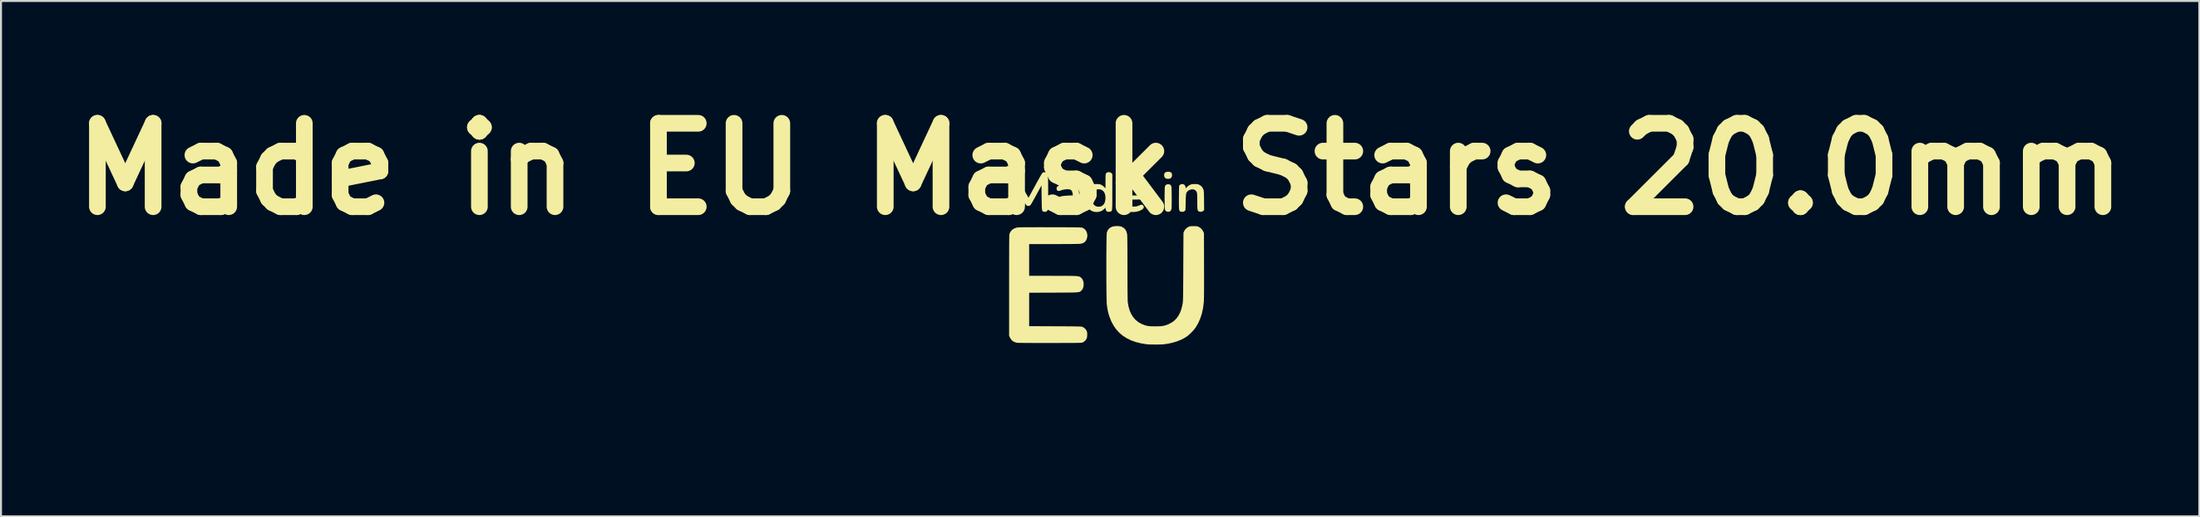
<source format=kicad_pcb>
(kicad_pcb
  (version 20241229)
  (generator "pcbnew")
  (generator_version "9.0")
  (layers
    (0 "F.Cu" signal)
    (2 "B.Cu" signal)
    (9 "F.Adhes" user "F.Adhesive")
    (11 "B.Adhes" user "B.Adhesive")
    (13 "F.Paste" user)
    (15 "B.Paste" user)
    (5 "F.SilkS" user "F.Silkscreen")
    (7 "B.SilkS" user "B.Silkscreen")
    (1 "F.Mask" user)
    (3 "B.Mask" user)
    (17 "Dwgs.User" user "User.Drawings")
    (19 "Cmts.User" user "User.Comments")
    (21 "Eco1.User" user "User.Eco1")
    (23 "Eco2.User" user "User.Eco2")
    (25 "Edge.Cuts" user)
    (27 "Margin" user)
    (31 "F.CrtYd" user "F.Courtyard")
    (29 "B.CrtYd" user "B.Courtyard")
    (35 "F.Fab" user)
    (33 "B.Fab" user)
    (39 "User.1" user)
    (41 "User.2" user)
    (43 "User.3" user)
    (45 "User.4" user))
  (footprint "Made in EU Mask Stars 20.0mm"
    (layer "F.Cu")
    (at 52.088 9.936)
    (property "Reference" "Made in EU Mask Stars 20.0mm" (at 0 -4.5 180) (layer "F.SilkS") (effects (font (size 4.188 4.188) (thickness 0.836))))
    (attr board_only exclude_from_pos_files exclude_from_bom)
    (fp_poly (pts (xy 7.351 -5.688) (xy 7.352 -5.686) (xy 7.358 -5.668) (xy 7.372 -5.624) (xy 7.393 -5.558) (xy 7.421 -5.474) (xy 7.453 -5.374) (xy 7.489 -5.263) (xy 7.528 -5.142) (xy 7.532 -5.128) (xy 7.705 -4.592) (xy 8.297 -4.585) (xy 8.889 -4.577) (xy 8.411 -4.236) (xy 8.307 -4.16) (xy 8.21 -4.09) (xy 8.123 -4.028) (xy 8.05 -3.974) (xy 7.993 -3.931) (xy 7.954 -3.902) (xy 7.936 -3.887) (xy 7.935 -3.886) (xy 7.939 -3.87) (xy 7.952 -3.83) (xy 7.972 -3.767) (xy 7.998 -3.685) (xy 8.029 -3.588) (xy 8.065 -3.477) (xy 8.104 -3.358) (xy 8.111 -3.334) (xy 8.15 -3.213) (xy 8.186 -3.101) (xy 8.218 -3.002) (xy 8.244 -2.917) (xy 8.265 -2.851) (xy 8.278 -2.807) (xy 8.283 -2.787) (xy 8.283 -2.786) (xy 8.271 -2.794) (xy 8.237 -2.817) (xy 8.184 -2.854) (xy 8.115 -2.903) (xy 8.033 -2.962) (xy 7.939 -3.03) (xy 7.838 -3.104) (xy 7.812 -3.123) (xy 7.344 -3.464) (xy 6.899 -3.138) (xy 6.775 -3.048) (xy 6.674 -2.974) (xy 6.593 -2.915) (xy 6.529 -2.869) (xy 6.481 -2.835) (xy 6.447 -2.812) (xy 6.424 -2.798) (xy 6.411 -2.792) (xy 6.405 -2.793) (xy 6.404 -2.798) (xy 6.407 -2.807) (xy 6.407 -2.808) (xy 6.455 -2.954) (xy 6.502 -3.099) (xy 6.548 -3.24) (xy 6.59 -3.375) (xy 6.63 -3.5) (xy 6.665 -3.613) (xy 6.694 -3.711) (xy 6.718 -3.791) (xy 6.735 -3.852) (xy 6.744 -3.889) (xy 6.745 -3.9) (xy 6.731 -3.91) (xy 6.695 -3.935) (xy 6.64 -3.975) (xy 6.569 -4.025) (xy 6.485 -4.086) (xy 6.39 -4.154) (xy 6.288 -4.227) (xy 6.267 -4.243) (xy 5.8 -4.577) (xy 6.39 -4.581) (xy 6.98 -4.585) (xy 7.108 -4.983) (xy 7.161 -5.146) (xy 7.205 -5.282) (xy 7.241 -5.395) (xy 7.271 -5.485) (xy 7.295 -5.556) (xy 7.313 -5.61) (xy 7.327 -5.647) (xy 7.337 -5.672) (xy 7.343 -5.686) (xy 7.348 -5.69)) (stroke (width 0) (type solid)) (fill yes) (layer "F.Mask"))
    (fp_poly (pts (xy 0.019 7.046) (xy 0.033 7.089) (xy 0.054 7.155) (xy 0.081 7.239) (xy 0.113 7.339) (xy 0.149 7.451) (xy 0.188 7.572) (xy 0.194 7.592) (xy 0.368 8.135) (xy 0.953 8.143) (xy 1.539 8.15) (xy 1.101 8.465) (xy 0.999 8.538) (xy 0.903 8.607) (xy 0.817 8.669) (xy 0.744 8.722) (xy 0.686 8.765) (xy 0.646 8.794) (xy 0.629 8.807) (xy 0.595 8.835) (xy 0.767 9.371) (xy 0.806 9.492) (xy 0.842 9.605) (xy 0.875 9.705) (xy 0.902 9.791) (xy 0.924 9.859) (xy 0.939 9.905) (xy 0.946 9.927) (xy 0.946 9.927) (xy 0.947 9.94) (xy 0.934 9.934) (xy 0.914 9.918) (xy 0.873 9.888) (xy 0.815 9.846) (xy 0.745 9.795) (xy 0.664 9.736) (xy 0.577 9.672) (xy 0.485 9.606) (xy 0.394 9.54) (xy 0.306 9.476) (xy 0.224 9.416) (xy 0.151 9.364) (xy 0.092 9.321) (xy 0.048 9.289) (xy 0.024 9.272) (xy 0.02 9.269) (xy 0.006 9.276) (xy -0.03 9.298) (xy -0.083 9.333) (xy -0.151 9.379) (xy -0.23 9.434) (xy -0.318 9.496) (xy -0.411 9.561) (xy -0.507 9.629) (xy -0.601 9.697) (xy -0.692 9.763) (xy -0.775 9.824) (xy -0.849 9.878) (xy -0.909 9.924) (xy -0.922 9.935) (xy -0.937 9.943) (xy -0.935 9.929) (xy -0.935 9.929) (xy -0.929 9.909) (xy -0.914 9.866) (xy -0.894 9.801) (xy -0.868 9.72) (xy -0.838 9.627) (xy -0.805 9.526) (xy -0.771 9.42) (xy -0.737 9.313) (xy -0.703 9.21) (xy -0.673 9.115) (xy -0.646 9.031) (xy -0.624 8.962) (xy -0.609 8.913) (xy -0.602 8.891) (xy -0.582 8.829) (xy -1.06 8.486) (xy -1.537 8.143) (xy -0.948 8.143) (xy -0.359 8.143) (xy -0.253 7.811) (xy -0.216 7.698) (xy -0.178 7.578) (xy -0.139 7.457) (xy -0.104 7.347) (xy -0.074 7.255) (xy -0.07 7.243) (xy -0.045 7.166) (xy -0.022 7.103) (xy -0.004 7.056) (xy 0.008 7.03) (xy 0.013 7.027)) (stroke (width 0) (type solid)) (fill yes) (layer "F.Mask"))
    (fp_poly (pts (xy -4.11 -8.425) (xy -4.073 -8.312) (xy -4.036 -8.197) (xy -4 -8.087) (xy -3.968 -7.988) (xy -3.942 -7.906) (xy -3.928 -7.864) (xy -3.868 -7.682) (xy -3.277 -7.678) (xy -2.687 -7.674) (xy -3.111 -7.37) (xy -3.213 -7.297) (xy -3.309 -7.228) (xy -3.396 -7.165) (xy -3.471 -7.111) (xy -3.531 -7.067) (xy -3.572 -7.037) (xy -3.589 -7.024) (xy -3.643 -6.982) (xy -3.467 -6.435) (xy -3.428 -6.314) (xy -3.393 -6.201) (xy -3.361 -6.101) (xy -3.335 -6.016) (xy -3.314 -5.95) (xy -3.301 -5.905) (xy -3.296 -5.884) (xy -3.296 -5.884) (xy -3.309 -5.891) (xy -3.343 -5.914) (xy -3.396 -5.951) (xy -3.464 -6) (xy -3.546 -6.059) (xy -3.639 -6.126) (xy -3.74 -6.199) (xy -3.752 -6.208) (xy -3.854 -6.283) (xy -3.949 -6.352) (xy -4.035 -6.413) (xy -4.107 -6.465) (xy -4.164 -6.506) (xy -4.203 -6.533) (xy -4.221 -6.545) (xy -4.221 -6.545) (xy -4.237 -6.538) (xy -4.274 -6.515) (xy -4.33 -6.479) (xy -4.401 -6.43) (xy -4.485 -6.371) (xy -4.58 -6.303) (xy -4.682 -6.23) (xy -4.701 -6.216) (xy -4.804 -6.141) (xy -4.899 -6.072) (xy -4.984 -6.011) (xy -5.056 -5.959) (xy -5.112 -5.919) (xy -5.151 -5.892) (xy -5.168 -5.88) (xy -5.169 -5.88) (xy -5.166 -5.894) (xy -5.155 -5.933) (xy -5.136 -5.994) (xy -5.112 -6.074) (xy -5.081 -6.17) (xy -5.047 -6.28) (xy -5.008 -6.399) (xy -5 -6.427) (xy -4.96 -6.549) (xy -4.924 -6.661) (xy -4.892 -6.762) (xy -4.865 -6.847) (xy -4.844 -6.914) (xy -4.829 -6.96) (xy -4.823 -6.981) (xy -4.823 -6.981) (xy -4.835 -6.992) (xy -4.868 -7.017) (xy -4.921 -7.056) (xy -4.989 -7.106) (xy -5.072 -7.167) (xy -5.166 -7.235) (xy -5.269 -7.309) (xy -5.301 -7.331) (xy -5.778 -7.674) (xy -5.185 -7.678) (xy -4.592 -7.682) (xy -4.452 -8.124) (xy -4.415 -8.24) (xy -4.379 -8.353) (xy -4.346 -8.458) (xy -4.316 -8.549) (xy -4.292 -8.624) (xy -4.275 -8.676) (xy -4.272 -8.686) (xy -4.232 -8.805)) (stroke (width 0) (type solid)) (fill yes) (layer "F.Mask"))
    (fp_poly (pts (xy -4.223 5.918) (xy -4.209 5.955) (xy -4.187 6.014) (xy -4.16 6.093) (xy -4.128 6.188) (xy -4.092 6.297) (xy -4.054 6.417) (xy -4.042 6.454) (xy -3.864 7.011) (xy -3.274 7.015) (xy -2.684 7.019) (xy -3.158 7.359) (xy -3.263 7.434) (xy -3.359 7.505) (xy -3.445 7.567) (xy -3.518 7.621) (xy -3.575 7.664) (xy -3.614 7.694) (xy -3.631 7.709) (xy -3.632 7.71) (xy -3.628 7.726) (xy -3.615 7.767) (xy -3.596 7.83) (xy -3.57 7.912) (xy -3.539 8.01) (xy -3.504 8.12) (xy -3.465 8.24) (xy -3.461 8.254) (xy -3.422 8.375) (xy -3.387 8.486) (xy -3.356 8.586) (xy -3.33 8.67) (xy -3.31 8.735) (xy -3.298 8.779) (xy -3.293 8.799) (xy -3.293 8.799) (xy -3.306 8.796) (xy -3.337 8.777) (xy -3.382 8.747) (xy -3.424 8.717) (xy -3.47 8.683) (xy -3.536 8.634) (xy -3.617 8.575) (xy -3.707 8.509) (xy -3.802 8.44) (xy -3.887 8.377) (xy -4.225 8.131) (xy -4.632 8.428) (xy -4.732 8.501) (xy -4.826 8.57) (xy -4.913 8.633) (xy -4.988 8.687) (xy -5.047 8.731) (xy -5.089 8.76) (xy -5.104 8.771) (xy -5.141 8.796) (xy -5.159 8.806) (xy -5.163 8.799) (xy -5.158 8.781) (xy -5.151 8.759) (xy -5.136 8.712) (xy -5.114 8.644) (xy -5.087 8.557) (xy -5.055 8.457) (xy -5.019 8.345) (xy -4.984 8.235) (xy -4.946 8.117) (xy -4.912 8.008) (xy -4.883 7.911) (xy -4.858 7.829) (xy -4.84 7.765) (xy -4.83 7.723) (xy -4.827 7.707) (xy -4.841 7.694) (xy -4.875 7.667) (xy -4.929 7.626) (xy -4.999 7.573) (xy -5.083 7.512) (xy -5.177 7.443) (xy -5.28 7.368) (xy -5.3 7.354) (xy -5.766 7.019) (xy -5.176 7.015) (xy -4.586 7.011) (xy -4.557 6.918) (xy -4.528 6.824) (xy -4.495 6.72) (xy -4.46 6.609) (xy -4.424 6.495) (xy -4.387 6.382) (xy -4.352 6.273) (xy -4.319 6.171) (xy -4.289 6.081) (xy -4.265 6.006) (xy -4.245 5.95) (xy -4.233 5.916) (xy -4.229 5.907)) (stroke (width 0) (type solid)) (fill yes) (layer "F.Mask"))
    (fp_poly (pts (xy 4.243 5.908) (xy 4.249 5.923) (xy 4.258 5.949) (xy 4.271 5.989) (xy 4.29 6.044) (xy 4.313 6.116) (xy 4.343 6.208) (xy 4.38 6.322) (xy 4.424 6.459) (xy 4.477 6.623) (xy 4.488 6.658) (xy 4.601 7.011) (xy 5.19 7.015) (xy 5.778 7.019) (xy 5.313 7.354) (xy 5.209 7.428) (xy 5.113 7.498) (xy 5.027 7.56) (xy 4.953 7.613) (xy 4.895 7.654) (xy 4.856 7.682) (xy 4.837 7.696) (xy 4.836 7.696) (xy 4.838 7.712) (xy 4.849 7.752) (xy 4.866 7.815) (xy 4.89 7.897) (xy 4.92 7.994) (xy 4.955 8.105) (xy 4.993 8.225) (xy 5.002 8.254) (xy 5.042 8.376) (xy 5.077 8.488) (xy 5.109 8.589) (xy 5.136 8.674) (xy 5.156 8.74) (xy 5.17 8.786) (xy 5.175 8.807) (xy 5.175 8.808) (xy 5.163 8.8) (xy 5.129 8.777) (xy 5.076 8.74) (xy 5.007 8.691) (xy 4.925 8.631) (xy 4.831 8.564) (xy 4.729 8.49) (xy 4.704 8.471) (xy 4.237 8.131) (xy 4.162 8.186) (xy 4.062 8.259) (xy 3.959 8.335) (xy 3.854 8.412) (xy 3.75 8.488) (xy 3.651 8.56) (xy 3.558 8.627) (xy 3.475 8.687) (xy 3.405 8.737) (xy 3.35 8.776) (xy 3.313 8.802) (xy 3.297 8.812) (xy 3.296 8.813) (xy 3.294 8.803) (xy 3.295 8.801) (xy 3.3 8.785) (xy 3.314 8.745) (xy 3.334 8.684) (xy 3.359 8.606) (xy 3.389 8.515) (xy 3.422 8.414) (xy 3.456 8.308) (xy 3.491 8.2) (xy 3.525 8.094) (xy 3.557 7.993) (xy 3.586 7.902) (xy 3.611 7.824) (xy 3.63 7.763) (xy 3.643 7.723) (xy 3.647 7.708) (xy 3.647 7.708) (xy 3.635 7.698) (xy 3.602 7.673) (xy 3.55 7.634) (xy 3.481 7.584) (xy 3.398 7.524) (xy 3.304 7.456) (xy 3.202 7.382) (xy 3.172 7.36) (xy 2.697 7.019) (xy 3.287 7.011) (xy 3.877 7.004) (xy 4.055 6.45) (xy 4.094 6.328) (xy 4.131 6.215) (xy 4.164 6.116) (xy 4.192 6.031) (xy 4.215 5.966) (xy 4.231 5.922) (xy 4.239 5.903) (xy 4.24 5.902)) (stroke (width 0) (type solid)) (fill yes) (layer "F.Mask"))
    (fp_poly (pts (xy 0.015 -9.919) (xy 0.029 -9.877) (xy 0.049 -9.813) (xy 0.076 -9.729) (xy 0.107 -9.631) (xy 0.143 -9.519) (xy 0.182 -9.398) (xy 0.191 -9.371) (xy 0.367 -8.82) (xy 0.954 -8.813) (xy 1.541 -8.805) (xy 1.068 -8.466) (xy 0.964 -8.39) (xy 0.867 -8.321) (xy 0.782 -8.258) (xy 0.709 -8.205) (xy 0.652 -8.163) (xy 0.614 -8.134) (xy 0.596 -8.12) (xy 0.595 -8.119) (xy 0.6 -8.105) (xy 0.612 -8.065) (xy 0.631 -8.005) (xy 0.656 -7.928) (xy 0.685 -7.838) (xy 0.717 -7.738) (xy 0.75 -7.632) (xy 0.785 -7.524) (xy 0.819 -7.418) (xy 0.851 -7.318) (xy 0.881 -7.227) (xy 0.906 -7.148) (xy 0.926 -7.087) (xy 0.938 -7.052) (xy 0.942 -7.039) (xy 0.946 -7.029) (xy 0.947 -7.023) (xy 0.942 -7.022) (xy 0.929 -7.028) (xy 0.906 -7.042) (xy 0.872 -7.065) (xy 0.823 -7.1) (xy 0.758 -7.147) (xy 0.675 -7.208) (xy 0.571 -7.284) (xy 0.506 -7.331) (xy 0.407 -7.403) (xy 0.314 -7.471) (xy 0.23 -7.533) (xy 0.158 -7.585) (xy 0.101 -7.626) (xy 0.064 -7.653) (xy 0.05 -7.663) (xy 0.003 -7.696) (xy -0.397 -7.404) (xy -0.496 -7.331) (xy -0.591 -7.262) (xy -0.678 -7.199) (xy -0.753 -7.144) (xy -0.813 -7.1) (xy -0.855 -7.069) (xy -0.869 -7.059) (xy -0.909 -7.031) (xy -0.929 -7.019) (xy -0.935 -7.023) (xy -0.931 -7.04) (xy -0.93 -7.042) (xy -0.923 -7.063) (xy -0.909 -7.109) (xy -0.888 -7.174) (xy -0.862 -7.256) (xy -0.831 -7.351) (xy -0.798 -7.453) (xy -0.764 -7.561) (xy -0.73 -7.668) (xy -0.696 -7.773) (xy -0.665 -7.869) (xy -0.637 -7.955) (xy -0.615 -8.025) (xy -0.598 -8.076) (xy -0.589 -8.104) (xy -0.588 -8.107) (xy -0.599 -8.12) (xy -0.631 -8.147) (xy -0.682 -8.188) (xy -0.75 -8.24) (xy -0.832 -8.301) (xy -0.926 -8.37) (xy -1.028 -8.444) (xy -1.056 -8.465) (xy -1.529 -8.805) (xy -0.944 -8.809) (xy -0.359 -8.813) (xy -0.253 -9.144) (xy -0.216 -9.257) (xy -0.178 -9.378) (xy -0.139 -9.498) (xy -0.104 -9.608) (xy -0.074 -9.701) (xy -0.07 -9.712) (xy -0.045 -9.789) (xy -0.023 -9.855) (xy -0.005 -9.903) (xy 0.006 -9.931) (xy 0.01 -9.936)) (stroke (width 0) (type solid)) (fill yes) (layer "F.Mask"))
    (fp_poly (pts (xy 7.348 2.803) (xy 7.362 2.84) (xy 7.382 2.9) (xy 7.409 2.98) (xy 7.441 3.076) (xy 7.477 3.185) (xy 7.515 3.305) (xy 7.526 3.338) (xy 7.704 3.893) (xy 8.299 3.9) (xy 8.893 3.908) (xy 8.426 4.243) (xy 8.322 4.317) (xy 8.225 4.387) (xy 8.138 4.449) (xy 8.064 4.502) (xy 8.006 4.544) (xy 7.966 4.572) (xy 7.946 4.586) (xy 7.945 4.587) (xy 7.946 4.603) (xy 7.956 4.645) (xy 7.974 4.71) (xy 7.999 4.796) (xy 8.031 4.901) (xy 8.068 5.021) (xy 8.11 5.152) (xy 8.15 5.275) (xy 8.186 5.388) (xy 8.218 5.489) (xy 8.245 5.574) (xy 8.266 5.642) (xy 8.281 5.688) (xy 8.287 5.709) (xy 8.287 5.71) (xy 8.275 5.702) (xy 8.241 5.678) (xy 8.189 5.641) (xy 8.12 5.591) (xy 8.038 5.531) (xy 7.944 5.463) (xy 7.843 5.389) (xy 7.817 5.37) (xy 7.698 5.283) (xy 7.6 5.212) (xy 7.522 5.156) (xy 7.461 5.113) (xy 7.414 5.082) (xy 7.38 5.061) (xy 7.355 5.048) (xy 7.338 5.043) (xy 7.326 5.043) (xy 7.318 5.047) (xy 7.299 5.06) (xy 7.259 5.088) (xy 7.201 5.13) (xy 7.127 5.183) (xy 7.042 5.246) (xy 6.947 5.315) (xy 6.85 5.385) (xy 6.75 5.458) (xy 6.658 5.525) (xy 6.577 5.583) (xy 6.508 5.632) (xy 6.455 5.669) (xy 6.421 5.692) (xy 6.408 5.699) (xy 6.412 5.684) (xy 6.423 5.644) (xy 6.442 5.582) (xy 6.467 5.5) (xy 6.498 5.403) (xy 6.533 5.293) (xy 6.571 5.174) (xy 6.579 5.15) (xy 6.618 5.029) (xy 6.654 4.917) (xy 6.685 4.816) (xy 6.712 4.731) (xy 6.732 4.665) (xy 6.745 4.62) (xy 6.75 4.599) (xy 6.75 4.598) (xy 6.736 4.587) (xy 6.703 4.561) (xy 6.654 4.525) (xy 6.595 4.482) (xy 6.569 4.463) (xy 6.504 4.416) (xy 6.422 4.357) (xy 6.328 4.289) (xy 6.229 4.218) (xy 6.131 4.148) (xy 6.096 4.122) (xy 5.798 3.908) (xy 6.392 3.9) (xy 6.985 3.893) (xy 7.161 3.345) (xy 7.2 3.223) (xy 7.236 3.11) (xy 7.269 3.009) (xy 7.297 2.924) (xy 7.319 2.857) (xy 7.334 2.812) (xy 7.342 2.791) (xy 7.342 2.79)) (stroke (width 0) (type solid)) (fill yes) (layer "F.Mask"))
    (fp_poly (pts (xy -7.326 2.799) (xy -7.32 2.817) (xy -7.305 2.861) (xy -7.284 2.927) (xy -7.257 3.011) (xy -7.225 3.111) (xy -7.189 3.223) (xy -7.15 3.343) (xy -7.145 3.357) (xy -6.973 3.893) (xy -6.379 3.9) (xy -5.784 3.908) (xy -6.26 4.249) (xy -6.365 4.324) (xy -6.462 4.394) (xy -6.549 4.456) (xy -6.622 4.509) (xy -6.68 4.55) (xy -6.72 4.579) (xy -6.739 4.592) (xy -6.74 4.593) (xy -6.737 4.608) (xy -6.725 4.647) (xy -6.707 4.709) (xy -6.681 4.79) (xy -6.651 4.887) (xy -6.616 4.998) (xy -6.577 5.118) (xy -6.566 5.152) (xy -6.527 5.274) (xy -6.491 5.388) (xy -6.458 5.488) (xy -6.431 5.574) (xy -6.411 5.641) (xy -6.397 5.687) (xy -6.39 5.708) (xy -6.39 5.71) (xy -6.403 5.702) (xy -6.436 5.678) (xy -6.489 5.64) (xy -6.557 5.591) (xy -6.639 5.531) (xy -6.731 5.463) (xy -6.832 5.389) (xy -6.848 5.378) (xy -6.95 5.303) (xy -7.045 5.233) (xy -7.131 5.171) (xy -7.204 5.118) (xy -7.261 5.077) (xy -7.301 5.049) (xy -7.319 5.037) (xy -7.32 5.036) (xy -7.335 5.043) (xy -7.372 5.066) (xy -7.428 5.102) (xy -7.499 5.151) (xy -7.584 5.211) (xy -7.678 5.278) (xy -7.781 5.353) (xy -7.807 5.372) (xy -7.911 5.447) (xy -8.006 5.517) (xy -8.092 5.579) (xy -8.164 5.631) (xy -8.22 5.671) (xy -8.258 5.698) (xy -8.276 5.71) (xy -8.277 5.71) (xy -8.272 5.696) (xy -8.26 5.656) (xy -8.24 5.594) (xy -8.214 5.512) (xy -8.183 5.415) (xy -8.147 5.305) (xy -8.109 5.185) (xy -8.099 5.157) (xy -8.06 5.035) (xy -8.024 4.921) (xy -7.993 4.82) (xy -7.967 4.734) (xy -7.946 4.666) (xy -7.933 4.62) (xy -7.929 4.598) (xy -7.929 4.597) (xy -7.942 4.586) (xy -7.977 4.56) (xy -8.03 4.52) (xy -8.1 4.469) (xy -8.184 4.408) (xy -8.278 4.34) (xy -8.381 4.266) (xy -8.407 4.247) (xy -8.88 3.908) (xy -8.285 3.9) (xy -7.69 3.893) (xy -7.574 3.528) (xy -7.538 3.415) (xy -7.501 3.3) (xy -7.465 3.188) (xy -7.433 3.088) (xy -7.407 3.004) (xy -7.396 2.97) (xy -7.373 2.902) (xy -7.353 2.847) (xy -7.337 2.811) (xy -7.327 2.797)) (stroke (width 0) (type solid)) (fill yes) (layer "F.Mask"))
    (fp_poly (pts (xy 4.262 -8.764) (xy 4.277 -8.72) (xy 4.298 -8.654) (xy 4.325 -8.57) (xy 4.357 -8.47) (xy 4.393 -8.359) (xy 4.432 -8.238) (xy 4.436 -8.225) (xy 4.609 -7.689) (xy 5.202 -7.681) (xy 5.796 -7.674) (xy 5.321 -7.333) (xy 5.216 -7.257) (xy 5.119 -7.188) (xy 5.032 -7.126) (xy 4.959 -7.073) (xy 4.901 -7.031) (xy 4.861 -7.003) (xy 4.842 -6.989) (xy 4.841 -6.989) (xy 4.845 -6.974) (xy 4.856 -6.935) (xy 4.875 -6.873) (xy 4.901 -6.792) (xy 4.931 -6.695) (xy 4.966 -6.585) (xy 5.005 -6.465) (xy 5.014 -6.436) (xy 5.053 -6.315) (xy 5.089 -6.202) (xy 5.121 -6.101) (xy 5.148 -6.016) (xy 5.168 -5.949) (xy 5.181 -5.904) (xy 5.187 -5.883) (xy 5.187 -5.882) (xy 5.174 -5.89) (xy 5.14 -5.913) (xy 5.088 -5.95) (xy 5.019 -5.998) (xy 4.937 -6.058) (xy 4.844 -6.125) (xy 4.743 -6.198) (xy 4.728 -6.21) (xy 4.625 -6.284) (xy 4.529 -6.353) (xy 4.443 -6.415) (xy 4.369 -6.466) (xy 4.311 -6.506) (xy 4.271 -6.532) (xy 4.252 -6.542) (xy 4.251 -6.542) (xy 4.234 -6.534) (xy 4.196 -6.51) (xy 4.14 -6.472) (xy 4.068 -6.422) (xy 3.984 -6.362) (xy 3.889 -6.294) (xy 3.787 -6.22) (xy 3.775 -6.211) (xy 3.673 -6.137) (xy 3.578 -6.068) (xy 3.494 -6.007) (xy 3.423 -5.956) (xy 3.368 -5.917) (xy 3.33 -5.891) (xy 3.314 -5.88) (xy 3.314 -5.88) (xy 3.312 -5.892) (xy 3.32 -5.921) (xy 3.34 -5.983) (xy 3.366 -6.061) (xy 3.395 -6.153) (xy 3.428 -6.254) (xy 3.462 -6.361) (xy 3.497 -6.471) (xy 3.531 -6.578) (xy 3.564 -6.681) (xy 3.593 -6.775) (xy 3.619 -6.856) (xy 3.639 -6.921) (xy 3.652 -6.966) (xy 3.658 -6.987) (xy 3.659 -6.989) (xy 3.646 -6.998) (xy 3.612 -7.022) (xy 3.559 -7.06) (xy 3.489 -7.11) (xy 3.406 -7.17) (xy 3.312 -7.238) (xy 3.209 -7.312) (xy 3.18 -7.333) (xy 2.706 -7.674) (xy 3.299 -7.681) (xy 3.891 -7.689) (xy 3.996 -8.016) (xy 4.032 -8.128) (xy 4.07 -8.248) (xy 4.108 -8.366) (xy 4.143 -8.474) (xy 4.171 -8.564) (xy 4.174 -8.574) (xy 4.199 -8.649) (xy 4.222 -8.712) (xy 4.24 -8.757) (xy 4.252 -8.781) (xy 4.256 -8.782)) (stroke (width 0) (type solid)) (fill yes) (layer "F.Mask"))
    (fp_poly (pts (xy -7.323 -5.667) (xy -7.309 -5.626) (xy -7.289 -5.563) (xy -7.262 -5.482) (xy -7.23 -5.384) (xy -7.194 -5.274) (xy -7.155 -5.153) (xy -7.147 -5.126) (xy -6.971 -4.577) (xy -6.382 -4.57) (xy -5.792 -4.563) (xy -6.268 -4.221) (xy -6.389 -4.134) (xy -6.488 -4.062) (xy -6.567 -4.004) (xy -6.628 -3.958) (xy -6.673 -3.922) (xy -6.704 -3.895) (xy -6.723 -3.876) (xy -6.733 -3.862) (xy -6.735 -3.851) (xy -6.734 -3.849) (xy -6.727 -3.826) (xy -6.712 -3.779) (xy -6.69 -3.712) (xy -6.664 -3.629) (xy -6.634 -3.535) (xy -6.601 -3.432) (xy -6.567 -3.325) (xy -6.532 -3.218) (xy -6.499 -3.115) (xy -6.468 -3.019) (xy -6.441 -2.935) (xy -6.419 -2.866) (xy -6.403 -2.816) (xy -6.394 -2.79) (xy -6.393 -2.787) (xy -6.395 -2.775) (xy -6.405 -2.778) (xy -6.42 -2.788) (xy -6.455 -2.814) (xy -6.508 -2.852) (xy -6.575 -2.901) (xy -6.654 -2.957) (xy -6.74 -3.019) (xy -6.83 -3.085) (xy -6.921 -3.151) (xy -7.011 -3.216) (xy -7.095 -3.277) (xy -7.17 -3.332) (xy -7.233 -3.378) (xy -7.281 -3.413) (xy -7.31 -3.435) (xy -7.317 -3.44) (xy -7.332 -3.434) (xy -7.368 -3.412) (xy -7.424 -3.375) (xy -7.496 -3.326) (xy -7.582 -3.266) (xy -7.68 -3.196) (xy -7.787 -3.119) (xy -7.799 -3.11) (xy -7.903 -3.034) (xy -7.999 -2.965) (xy -8.085 -2.903) (xy -8.158 -2.85) (xy -8.215 -2.809) (xy -8.254 -2.782) (xy -8.273 -2.769) (xy -8.274 -2.769) (xy -8.275 -2.78) (xy -8.271 -2.792) (xy -8.265 -2.811) (xy -8.25 -2.855) (xy -8.229 -2.92) (xy -8.202 -3.004) (xy -8.17 -3.103) (xy -8.134 -3.214) (xy -8.096 -3.331) (xy -8.058 -3.45) (xy -8.023 -3.56) (xy -7.991 -3.658) (xy -7.964 -3.74) (xy -7.944 -3.804) (xy -7.93 -3.846) (xy -7.924 -3.863) (xy -7.935 -3.875) (xy -7.967 -3.902) (xy -8.018 -3.942) (xy -8.086 -3.994) (xy -8.168 -4.055) (xy -8.262 -4.124) (xy -8.365 -4.198) (xy -8.395 -4.22) (xy -8.872 -4.563) (xy -8.283 -4.57) (xy -7.693 -4.577) (xy -7.621 -4.801) (xy -7.594 -4.885) (xy -7.561 -4.988) (xy -7.524 -5.104) (xy -7.486 -5.222) (xy -7.449 -5.336) (xy -7.443 -5.356) (xy -7.413 -5.45) (xy -7.385 -5.532) (xy -7.362 -5.6) (xy -7.344 -5.65) (xy -7.332 -5.678) (xy -7.329 -5.682)) (stroke (width 0) (type solid)) (fill yes) (layer "F.Mask"))
    (fp_poly (pts (xy -8.466 -1.435) (xy -8.452 -1.398) (xy -8.43 -1.339) (xy -8.403 -1.26) (xy -8.371 -1.165) (xy -8.335 -1.056) (xy -8.297 -0.936) (xy -8.285 -0.899) (xy -8.108 -0.342) (xy -7.521 -0.342) (xy -7.363 -0.342) (xy -7.229 -0.341) (xy -7.119 -0.339) (xy -7.035 -0.337) (xy -6.977 -0.334) (xy -6.948 -0.33) (xy -6.944 -0.328) (xy -6.958 -0.316) (xy -6.993 -0.289) (xy -7.047 -0.249) (xy -7.117 -0.198) (xy -7.201 -0.137) (xy -7.295 -0.068) (xy -7.398 0.006) (xy -7.414 0.017) (xy -7.517 0.092) (xy -7.612 0.161) (xy -7.696 0.223) (xy -7.767 0.276) (xy -7.822 0.318) (xy -7.859 0.347) (xy -7.874 0.361) (xy -7.875 0.362) (xy -7.87 0.379) (xy -7.858 0.421) (xy -7.838 0.485) (xy -7.812 0.567) (xy -7.781 0.666) (xy -7.746 0.776) (xy -7.707 0.896) (xy -7.702 0.911) (xy -7.664 1.031) (xy -7.629 1.143) (xy -7.598 1.241) (xy -7.572 1.325) (xy -7.552 1.39) (xy -7.54 1.433) (xy -7.536 1.452) (xy -7.536 1.452) (xy -7.549 1.445) (xy -7.583 1.422) (xy -7.636 1.385) (xy -7.705 1.337) (xy -7.787 1.278) (xy -7.881 1.21) (xy -7.982 1.136) (xy -8.001 1.123) (xy -8.115 1.04) (xy -8.217 0.967) (xy -8.306 0.905) (xy -8.379 0.855) (xy -8.433 0.82) (xy -8.468 0.8) (xy -8.48 0.795) (xy -8.497 0.806) (xy -8.535 0.832) (xy -8.591 0.871) (xy -8.662 0.922) (xy -8.746 0.983) (xy -8.84 1.051) (xy -8.936 1.121) (xy -9.055 1.208) (xy -9.152 1.278) (xy -9.229 1.335) (xy -9.289 1.378) (xy -9.334 1.41) (xy -9.366 1.432) (xy -9.387 1.446) (xy -9.399 1.453) (xy -9.406 1.455) (xy -9.408 1.454) (xy -9.408 1.451) (xy -9.404 1.435) (xy -9.391 1.395) (xy -9.371 1.332) (xy -9.345 1.25) (xy -9.314 1.153) (xy -9.279 1.043) (xy -9.24 0.924) (xy -9.237 0.913) (xy -9.198 0.792) (xy -9.162 0.681) (xy -9.131 0.581) (xy -9.104 0.496) (xy -9.084 0.43) (xy -9.071 0.385) (xy -9.066 0.365) (xy -9.066 0.365) (xy -9.077 0.353) (xy -9.111 0.325) (xy -9.163 0.284) (xy -9.232 0.232) (xy -9.314 0.17) (xy -9.408 0.102) (xy -9.51 0.028) (xy -9.527 0.015) (xy -9.631 -0.059) (xy -9.727 -0.129) (xy -9.812 -0.191) (xy -9.885 -0.244) (xy -9.941 -0.286) (xy -9.979 -0.315) (xy -9.997 -0.329) (xy -9.997 -0.329) (xy -9.985 -0.332) (xy -9.945 -0.335) (xy -9.882 -0.337) (xy -9.798 -0.339) (xy -9.697 -0.341) (xy -9.58 -0.342) (xy -9.452 -0.342) (xy -9.417 -0.342) (xy -8.829 -0.342) (xy -8.8 -0.435) (xy -8.768 -0.537) (xy -8.734 -0.646) (xy -8.697 -0.761) (xy -8.66 -0.878) (xy -8.623 -0.992) (xy -8.588 -1.101) (xy -8.555 -1.201) (xy -8.527 -1.289) (xy -8.503 -1.361) (xy -8.485 -1.413) (xy -8.475 -1.442) (xy -8.472 -1.447)) (stroke (width 0) (type solid)) (fill yes) (layer "F.Mask"))
    (fp_poly (pts (xy 8.476 -1.445) (xy 8.49 -1.408) (xy 8.51 -1.351) (xy 8.535 -1.278) (xy 8.562 -1.195) (xy 8.562 -1.195) (xy 8.596 -1.089) (xy 8.635 -0.966) (xy 8.676 -0.838) (xy 8.715 -0.715) (xy 8.738 -0.644) (xy 8.83 -0.357) (xy 9.417 -0.357) (xy 9.545 -0.357) (xy 9.665 -0.356) (xy 9.771 -0.355) (xy 9.86 -0.353) (xy 9.931 -0.351) (xy 9.979 -0.349) (xy 10.002 -0.347) (xy 10.003 -0.346) (xy 9.991 -0.335) (xy 9.957 -0.309) (xy 9.905 -0.27) (xy 9.836 -0.219) (xy 9.753 -0.158) (xy 9.659 -0.09) (xy 9.557 -0.017) (xy 9.534 -0.000216) (xy 9.43 0.075) (xy 9.334 0.144) (xy 9.249 0.208) (xy 9.176 0.262) (xy 9.12 0.305) (xy 9.083 0.336) (xy 9.066 0.351) (xy 9.066 0.353) (xy 9.07 0.371) (xy 9.083 0.414) (xy 9.102 0.478) (xy 9.128 0.562) (xy 9.16 0.66) (xy 9.195 0.771) (xy 9.233 0.891) (xy 9.237 0.902) (xy 9.275 1.022) (xy 9.31 1.133) (xy 9.341 1.231) (xy 9.367 1.314) (xy 9.386 1.379) (xy 9.398 1.422) (xy 9.402 1.44) (xy 9.402 1.44) (xy 9.389 1.433) (xy 9.355 1.41) (xy 9.302 1.373) (xy 9.233 1.324) (xy 9.151 1.265) (xy 9.058 1.198) (xy 8.958 1.125) (xy 8.946 1.116) (xy 8.844 1.042) (xy 8.749 0.972) (xy 8.664 0.911) (xy 8.591 0.859) (xy 8.535 0.818) (xy 8.496 0.791) (xy 8.478 0.78) (xy 8.478 0.78) (xy 8.462 0.787) (xy 8.425 0.809) (xy 8.371 0.846) (xy 8.3 0.894) (xy 8.217 0.953) (xy 8.125 1.02) (xy 8.036 1.084) (xy 7.912 1.175) (xy 7.811 1.249) (xy 7.729 1.309) (xy 7.665 1.355) (xy 7.616 1.389) (xy 7.581 1.414) (xy 7.557 1.429) (xy 7.543 1.438) (xy 7.535 1.44) (xy 7.532 1.438) (xy 7.532 1.437) (xy 7.537 1.421) (xy 7.549 1.38) (xy 7.569 1.316) (xy 7.595 1.234) (xy 7.626 1.137) (xy 7.661 1.027) (xy 7.7 0.907) (xy 7.704 0.895) (xy 7.742 0.775) (xy 7.778 0.663) (xy 7.809 0.564) (xy 7.836 0.48) (xy 7.856 0.414) (xy 7.869 0.369) (xy 7.874 0.35) (xy 7.875 0.349) (xy 7.863 0.338) (xy 7.829 0.311) (xy 7.777 0.271) (xy 7.708 0.219) (xy 7.625 0.158) (xy 7.531 0.09) (xy 7.429 0.016) (xy 7.406 0) (xy 7.302 -0.075) (xy 7.206 -0.144) (xy 7.121 -0.206) (xy 7.049 -0.259) (xy 6.992 -0.301) (xy 6.955 -0.33) (xy 6.938 -0.344) (xy 6.937 -0.345) (xy 6.952 -0.347) (xy 6.992 -0.348) (xy 7.057 -0.349) (xy 7.141 -0.349) (xy 7.242 -0.349) (xy 7.358 -0.348) (xy 7.483 -0.347) (xy 7.516 -0.346) (xy 7.662 -0.344) (xy 7.782 -0.343) (xy 7.877 -0.342) (xy 7.951 -0.342) (xy 8.007 -0.343) (xy 8.047 -0.344) (xy 8.074 -0.347) (xy 8.091 -0.351) (xy 8.101 -0.356) (xy 8.107 -0.363) (xy 8.108 -0.366) (xy 8.116 -0.386) (xy 8.131 -0.432) (xy 8.154 -0.499) (xy 8.182 -0.584) (xy 8.214 -0.685) (xy 8.25 -0.797) (xy 8.289 -0.918) (xy 8.292 -0.927) (xy 8.33 -1.046) (xy 8.366 -1.157) (xy 8.398 -1.255) (xy 8.425 -1.337) (xy 8.447 -1.4) (xy 8.462 -1.442) (xy 8.469 -1.459) (xy 8.469 -1.459)) (stroke (width 0) (type solid)) (fill yes) (layer "F.Mask"))
    (fp_poly (pts (xy 3.472 -4.357) (xy 3.536 -4.337) (xy 3.579 -4.298) (xy 3.601 -4.239) (xy 3.605 -4.187) (xy 3.592 -4.113) (xy 3.556 -4.055) (xy 3.512 -4.023) (xy 3.461 -4.009) (xy 3.397 -4.006) (xy 3.332 -4.014) (xy 3.293 -4.027) (xy 3.247 -4.061) (xy 3.218 -4.114) (xy 3.205 -4.176) (xy 3.21 -4.239) (xy 3.234 -4.295) (xy 3.254 -4.318) (xy 3.285 -4.34) (xy 3.326 -4.352) (xy 3.385 -4.359)) (stroke (width 0) (type solid)) (fill yes) (layer "F.SilkS"))
    (fp_poly (pts (xy 3.481 -3.726) (xy 3.532 -3.693) (xy 3.564 -3.637) (xy 3.573 -3.602) (xy 3.577 -3.57) (xy 3.579 -3.513) (xy 3.582 -3.435) (xy 3.584 -3.34) (xy 3.585 -3.235) (xy 3.586 -3.122) (xy 3.587 -3.006) (xy 3.587 -2.892) (xy 3.586 -2.784) (xy 3.585 -2.688) (xy 3.583 -2.607) (xy 3.581 -2.546) (xy 3.578 -2.51) (xy 3.555 -2.435) (xy 3.527 -2.396) (xy 3.496 -2.368) (xy 3.463 -2.355) (xy 3.414 -2.352) (xy 3.412 -2.352) (xy 3.348 -2.359) (xy 3.301 -2.381) (xy 3.3 -2.382) (xy 3.269 -2.418) (xy 3.247 -2.463) (xy 3.246 -2.468) (xy 3.242 -2.498) (xy 3.238 -2.554) (xy 3.235 -2.631) (xy 3.233 -2.724) (xy 3.232 -2.83) (xy 3.231 -2.944) (xy 3.23 -3.062) (xy 3.231 -3.179) (xy 3.232 -3.291) (xy 3.234 -3.393) (xy 3.236 -3.482) (xy 3.239 -3.553) (xy 3.243 -3.602) (xy 3.246 -3.62) (xy 3.275 -3.681) (xy 3.324 -3.72) (xy 3.393 -3.736) (xy 3.41 -3.736)) (stroke (width 0) (type solid)) (fill yes) (layer "F.SilkS"))
    (fp_poly (pts (xy 1.661 -3.744) (xy 1.783 -3.718) (xy 1.896 -3.67) (xy 1.995 -3.601) (xy 2.076 -3.513) (xy 2.12 -3.44) (xy 2.159 -3.346) (xy 2.187 -3.239) (xy 2.202 -3.135) (xy 2.203 -3.102) (xy 2.203 -3.067) (xy 2.2 -3.039) (xy 2.193 -3.017) (xy 2.177 -3) (xy 2.15 -2.987) (xy 2.109 -2.979) (xy 2.051 -2.973) (xy 1.973 -2.969) (xy 1.873 -2.967) (xy 1.747 -2.966) (xy 1.688 -2.965) (xy 1.557 -2.964) (xy 1.453 -2.963) (xy 1.374 -2.961) (xy 1.315 -2.958) (xy 1.275 -2.952) (xy 1.251 -2.944) (xy 1.24 -2.931) (xy 1.238 -2.914) (xy 1.244 -2.892) (xy 1.254 -2.863) (xy 1.259 -2.849) (xy 1.293 -2.771) (xy 1.338 -2.713) (xy 1.402 -2.665) (xy 1.42 -2.655) (xy 1.456 -2.636) (xy 1.488 -2.624) (xy 1.523 -2.617) (xy 1.571 -2.614) (xy 1.638 -2.613) (xy 1.66 -2.613) (xy 1.736 -2.615) (xy 1.793 -2.618) (xy 1.837 -2.626) (xy 1.879 -2.639) (xy 1.92 -2.656) (xy 1.997 -2.687) (xy 2.053 -2.703) (xy 2.094 -2.705) (xy 2.127 -2.693) (xy 2.15 -2.674) (xy 2.183 -2.627) (xy 2.189 -2.579) (xy 2.171 -2.532) (xy 2.131 -2.487) (xy 2.074 -2.446) (xy 2.001 -2.41) (xy 1.916 -2.38) (xy 1.822 -2.357) (xy 1.721 -2.343) (xy 1.616 -2.339) (xy 1.51 -2.347) (xy 1.435 -2.359) (xy 1.295 -2.403) (xy 1.175 -2.468) (xy 1.076 -2.554) (xy 0.999 -2.659) (xy 0.944 -2.782) (xy 0.913 -2.923) (xy 0.906 -3.044) (xy 0.916 -3.171) (xy 1.233 -3.171) (xy 1.569 -3.171) (xy 1.905 -3.171) (xy 1.905 -3.219) (xy 1.899 -3.26) (xy 1.882 -3.313) (xy 1.869 -3.345) (xy 1.818 -3.422) (xy 1.749 -3.476) (xy 1.664 -3.506) (xy 1.633 -3.51) (xy 1.526 -3.505) (xy 1.432 -3.475) (xy 1.352 -3.42) (xy 1.291 -3.344) (xy 1.25 -3.247) (xy 1.243 -3.219) (xy 1.233 -3.171) (xy 0.916 -3.171) (xy 0.918 -3.199) (xy 0.953 -3.337) (xy 1.012 -3.456) (xy 1.094 -3.557) (xy 1.199 -3.639) (xy 1.274 -3.68) (xy 1.403 -3.726) (xy 1.533 -3.747)) (stroke (width 0) (type solid)) (fill yes) (layer "F.SilkS"))
    (fp_poly (pts (xy 4.813 -3.743) (xy 4.865 -3.739) (xy 4.906 -3.731) (xy 4.945 -3.716) (xy 4.976 -3.702) (xy 5.049 -3.657) (xy 5.106 -3.599) (xy 5.152 -3.522) (xy 5.17 -3.48) (xy 5.179 -3.457) (xy 5.186 -3.433) (xy 5.192 -3.405) (xy 5.196 -3.369) (xy 5.2 -3.322) (xy 5.202 -3.26) (xy 5.204 -3.179) (xy 5.205 -3.077) (xy 5.207 -2.949) (xy 5.207 -2.921) (xy 5.212 -2.441) (xy 5.168 -2.396) (xy 5.113 -2.362) (xy 5.047 -2.348) (xy 4.98 -2.356) (xy 4.933 -2.377) (xy 4.914 -2.392) (xy 4.9 -2.412) (xy 4.888 -2.44) (xy 4.88 -2.48) (xy 4.874 -2.535) (xy 4.87 -2.609) (xy 4.868 -2.704) (xy 4.868 -2.825) (xy 4.868 -2.872) (xy 4.867 -2.996) (xy 4.865 -3.105) (xy 4.862 -3.195) (xy 4.858 -3.263) (xy 4.853 -3.305) (xy 4.851 -3.311) (xy 4.818 -3.382) (xy 4.764 -3.437) (xy 4.695 -3.471) (xy 4.671 -3.476) (xy 4.586 -3.476) (xy 4.5 -3.455) (xy 4.424 -3.417) (xy 4.393 -3.391) (xy 4.366 -3.363) (xy 4.344 -3.337) (xy 4.327 -3.308) (xy 4.315 -3.273) (xy 4.305 -3.227) (xy 4.299 -3.168) (xy 4.294 -3.091) (xy 4.291 -2.993) (xy 4.288 -2.87) (xy 4.287 -2.832) (xy 4.285 -2.712) (xy 4.283 -2.617) (xy 4.28 -2.546) (xy 4.277 -2.493) (xy 4.274 -2.456) (xy 4.269 -2.431) (xy 4.262 -2.414) (xy 4.254 -2.402) (xy 4.248 -2.396) (xy 4.199 -2.365) (xy 4.134 -2.349) (xy 4.068 -2.353) (xy 4.039 -2.36) (xy 4.014 -2.368) (xy 3.995 -2.381) (xy 3.979 -2.4) (xy 3.967 -2.43) (xy 3.959 -2.471) (xy 3.953 -2.528) (xy 3.949 -2.601) (xy 3.947 -2.695) (xy 3.947 -2.812) (xy 3.947 -2.954) (xy 3.948 -3.069) (xy 3.949 -3.218) (xy 3.95 -3.339) (xy 3.952 -3.437) (xy 3.953 -3.513) (xy 3.956 -3.571) (xy 3.958 -3.614) (xy 3.962 -3.644) (xy 3.966 -3.665) (xy 3.972 -3.678) (xy 3.979 -3.688) (xy 3.981 -3.69) (xy 4.029 -3.724) (xy 4.092 -3.741) (xy 4.15 -3.74) (xy 4.21 -3.718) (xy 4.253 -3.672) (xy 4.277 -3.605) (xy 4.278 -3.599) (xy 4.289 -3.53) (xy 4.348 -3.594) (xy 4.402 -3.642) (xy 4.469 -3.685) (xy 4.499 -3.701) (xy 4.547 -3.721) (xy 4.589 -3.734) (xy 4.635 -3.741) (xy 4.694 -3.743) (xy 4.741 -3.744)) (stroke (width 0) (type solid)) (fill yes) (layer "F.SilkS"))
    (fp_poly (pts (xy 0.494 -4.334) (xy 0.549 -4.307) (xy 0.569 -4.288) (xy 0.61 -4.242) (xy 0.61 -3.356) (xy 0.61 -3.164) (xy 0.61 -3.001) (xy 0.61 -2.862) (xy 0.609 -2.747) (xy 0.607 -2.652) (xy 0.604 -2.576) (xy 0.601 -2.516) (xy 0.596 -2.47) (xy 0.59 -2.436) (xy 0.582 -2.412) (xy 0.573 -2.395) (xy 0.561 -2.383) (xy 0.548 -2.374) (xy 0.534 -2.366) (xy 0.491 -2.354) (xy 0.434 -2.35) (xy 0.378 -2.355) (xy 0.342 -2.367) (xy 0.311 -2.397) (xy 0.285 -2.446) (xy 0.27 -2.501) (xy 0.268 -2.526) (xy 0.268 -2.567) (xy 0.221 -2.511) (xy 0.142 -2.437) (xy 0.044 -2.382) (xy -0.066 -2.349) (xy -0.184 -2.338) (xy -0.303 -2.351) (xy -0.329 -2.357) (xy -0.442 -2.403) (xy -0.543 -2.474) (xy -0.628 -2.567) (xy -0.694 -2.68) (xy -0.741 -2.811) (xy -0.743 -2.821) (xy -0.754 -2.885) (xy -0.759 -2.967) (xy -0.761 -3.044) (xy -0.409 -3.044) (xy -0.408 -2.966) (xy -0.405 -2.91) (xy -0.397 -2.867) (xy -0.385 -2.829) (xy -0.375 -2.806) (xy -0.323 -2.718) (xy -0.258 -2.656) (xy -0.179 -2.619) (xy -0.083 -2.606) (xy -0.074 -2.606) (xy -0.005 -2.612) (xy 0.058 -2.629) (xy 0.067 -2.633) (xy 0.145 -2.685) (xy 0.203 -2.759) (xy 0.243 -2.856) (xy 0.263 -2.976) (xy 0.265 -3) (xy 0.263 -3.135) (xy 0.24 -3.249) (xy 0.197 -3.341) (xy 0.133 -3.412) (xy 0.075 -3.45) (xy -0.007 -3.477) (xy -0.096 -3.482) (xy -0.183 -3.467) (xy -0.26 -3.432) (xy -0.308 -3.392) (xy -0.353 -3.332) (xy -0.384 -3.262) (xy -0.402 -3.177) (xy -0.409 -3.07) (xy -0.409 -3.044) (xy -0.761 -3.044) (xy -0.761 -3.058) (xy -0.758 -3.148) (xy -0.751 -3.226) (xy -0.743 -3.267) (xy -0.697 -3.402) (xy -0.631 -3.518) (xy -0.546 -3.613) (xy -0.445 -3.685) (xy -0.413 -3.701) (xy -0.365 -3.721) (xy -0.324 -3.734) (xy -0.278 -3.74) (xy -0.219 -3.743) (xy -0.171 -3.743) (xy -0.1 -3.742) (xy -0.049 -3.739) (xy -0.008 -3.731) (xy 0.03 -3.716) (xy 0.065 -3.699) (xy 0.123 -3.664) (xy 0.18 -3.62) (xy 0.21 -3.59) (xy 0.268 -3.524) (xy 0.268 -3.875) (xy 0.269 -4.01) (xy 0.271 -4.117) (xy 0.275 -4.196) (xy 0.28 -4.246) (xy 0.285 -4.263) (xy 0.32 -4.307) (xy 0.371 -4.334) (xy 0.432 -4.343)) (stroke (width 0) (type solid)) (fill yes) (layer "F.SilkS"))
    (fp_poly (pts (xy -1.57 -3.747) (xy -1.431 -3.728) (xy -1.314 -3.69) (xy -1.218 -3.632) (xy -1.144 -3.553) (xy -1.089 -3.454) (xy -1.086 -3.446) (xy -1.076 -3.417) (xy -1.067 -3.388) (xy -1.061 -3.355) (xy -1.056 -3.314) (xy -1.053 -3.261) (xy -1.05 -3.191) (xy -1.048 -3.099) (xy -1.045 -2.983) (xy -1.045 -2.973) (xy -1.043 -2.824) (xy -1.043 -2.701) (xy -1.045 -2.603) (xy -1.049 -2.526) (xy -1.058 -2.468) (xy -1.069 -2.425) (xy -1.086 -2.395) (xy -1.107 -2.374) (xy -1.134 -2.361) (xy -1.161 -2.354) (xy -1.235 -2.349) (xy -1.295 -2.37) (xy -1.339 -2.416) (xy -1.365 -2.485) (xy -1.369 -2.507) (xy -1.377 -2.568) (xy -1.41 -2.512) (xy -1.468 -2.443) (xy -1.547 -2.391) (xy -1.643 -2.357) (xy -1.753 -2.343) (xy -1.873 -2.349) (xy -1.893 -2.352) (xy -1.984 -2.377) (xy -2.066 -2.42) (xy -2.148 -2.487) (xy -2.153 -2.493) (xy -2.202 -2.545) (xy -2.232 -2.593) (xy -2.254 -2.65) (xy -2.256 -2.655) (xy -2.273 -2.762) (xy -2.271 -2.784) (xy -1.932 -2.784) (xy -1.925 -2.725) (xy -1.916 -2.7) (xy -1.867 -2.636) (xy -1.801 -2.594) (xy -1.721 -2.577) (xy -1.629 -2.585) (xy -1.604 -2.591) (xy -1.525 -2.628) (xy -1.46 -2.687) (xy -1.413 -2.765) (xy -1.386 -2.855) (xy -1.382 -2.888) (xy -1.377 -2.97) (xy -1.548 -2.965) (xy -1.674 -2.958) (xy -1.775 -2.943) (xy -1.849 -2.921) (xy -1.895 -2.891) (xy -1.897 -2.889) (xy -1.922 -2.843) (xy -1.932 -2.784) (xy -2.271 -2.784) (xy -2.263 -2.865) (xy -2.234 -2.946) (xy -2.205 -2.994) (xy -2.17 -3.03) (xy -2.121 -3.062) (xy -2.069 -3.087) (xy -2.008 -3.111) (xy -1.939 -3.13) (xy -1.857 -3.144) (xy -1.757 -3.155) (xy -1.635 -3.163) (xy -1.581 -3.166) (xy -1.368 -3.175) (xy -1.378 -3.259) (xy -1.394 -3.341) (xy -1.421 -3.401) (xy -1.462 -3.444) (xy -1.478 -3.455) (xy -1.526 -3.473) (xy -1.595 -3.482) (xy -1.677 -3.482) (xy -1.766 -3.474) (xy -1.854 -3.459) (xy -1.933 -3.436) (xy -1.941 -3.433) (xy -2.016 -3.407) (xy -2.072 -3.396) (xy -2.113 -3.4) (xy -2.144 -3.419) (xy -2.159 -3.435) (xy -2.183 -3.487) (xy -2.183 -3.546) (xy -2.16 -3.6) (xy -2.135 -3.627) (xy -2.079 -3.659) (xy -2.001 -3.689) (xy -1.907 -3.714) (xy -1.804 -3.733) (xy -1.699 -3.745) (xy -1.6 -3.748)) (stroke (width 0) (type solid)) (fill yes) (layer "F.SilkS"))
    (fp_poly (pts (xy -2.711 -4.332) (xy -2.663 -4.308) (xy -2.632 -4.264) (xy -2.62 -4.229) (xy -2.617 -4.205) (xy -2.615 -4.154) (xy -2.613 -4.081) (xy -2.611 -3.987) (xy -2.609 -3.878) (xy -2.608 -3.755) (xy -2.607 -3.622) (xy -2.606 -3.484) (xy -2.605 -3.342) (xy -2.605 -3.2) (xy -2.605 -3.062) (xy -2.605 -2.931) (xy -2.606 -2.811) (xy -2.607 -2.704) (xy -2.609 -2.614) (xy -2.61 -2.545) (xy -2.613 -2.5) (xy -2.614 -2.485) (xy -2.638 -2.418) (xy -2.681 -2.372) (xy -2.74 -2.35) (xy -2.812 -2.352) (xy -2.825 -2.355) (xy -2.848 -2.362) (xy -2.867 -2.369) (xy -2.883 -2.382) (xy -2.896 -2.4) (xy -2.906 -2.428) (xy -2.914 -2.468) (xy -2.92 -2.523) (xy -2.924 -2.595) (xy -2.927 -2.687) (xy -2.929 -2.801) (xy -2.931 -2.941) (xy -2.933 -3.06) (xy -2.94 -3.673) (xy -3.156 -3.278) (xy -3.233 -3.136) (xy -3.298 -3.018) (xy -3.352 -2.922) (xy -3.395 -2.845) (xy -3.43 -2.784) (xy -3.458 -2.739) (xy -3.48 -2.706) (xy -3.497 -2.684) (xy -3.512 -2.669) (xy -3.526 -2.66) (xy -3.539 -2.655) (xy -3.548 -2.652) (xy -3.619 -2.644) (xy -3.677 -2.662) (xy -3.704 -2.685) (xy -3.718 -2.705) (xy -3.744 -2.748) (xy -3.781 -2.811) (xy -3.827 -2.89) (xy -3.879 -2.983) (xy -3.937 -3.086) (xy -3.992 -3.185) (xy -4.25 -3.654) (xy -4.257 -3.051) (xy -4.259 -2.892) (xy -4.261 -2.76) (xy -4.264 -2.652) (xy -4.267 -2.566) (xy -4.273 -2.499) (xy -4.28 -2.449) (xy -4.29 -2.413) (xy -4.304 -2.387) (xy -4.321 -2.371) (xy -4.343 -2.36) (xy -4.37 -2.353) (xy -4.403 -2.346) (xy -4.406 -2.345) (xy -4.436 -2.345) (xy -4.474 -2.353) (xy -4.517 -2.373) (xy -4.549 -2.398) (xy -4.555 -2.406) (xy -4.56 -2.416) (xy -4.564 -2.431) (xy -4.568 -2.453) (xy -4.571 -2.484) (xy -4.573 -2.527) (xy -4.575 -2.584) (xy -4.577 -2.658) (xy -4.578 -2.749) (xy -4.579 -2.862) (xy -4.58 -2.998) (xy -4.581 -3.159) (xy -4.582 -3.335) (xy -4.586 -4.241) (xy -4.542 -4.29) (xy -4.513 -4.319) (xy -4.485 -4.334) (xy -4.446 -4.339) (xy -4.415 -4.339) (xy -4.364 -4.337) (xy -4.33 -4.328) (xy -4.301 -4.307) (xy -4.289 -4.295) (xy -4.273 -4.272) (xy -4.245 -4.227) (xy -4.206 -4.161) (xy -4.158 -4.077) (xy -4.102 -3.979) (xy -4.041 -3.868) (xy -3.976 -3.748) (xy -3.922 -3.65) (xy -3.856 -3.528) (xy -3.794 -3.414) (xy -3.737 -3.312) (xy -3.688 -3.224) (xy -3.647 -3.152) (xy -3.616 -3.099) (xy -3.596 -3.068) (xy -3.589 -3.06) (xy -3.581 -3.074) (xy -3.559 -3.112) (xy -3.527 -3.171) (xy -3.484 -3.249) (xy -3.434 -3.341) (xy -3.376 -3.447) (xy -3.314 -3.562) (xy -3.265 -3.652) (xy -3.198 -3.775) (xy -3.134 -3.892) (xy -3.074 -3.999) (xy -3.021 -4.094) (xy -2.976 -4.173) (xy -2.94 -4.234) (xy -2.915 -4.274) (xy -2.906 -4.287) (xy -2.878 -4.318) (xy -2.851 -4.333) (xy -2.815 -4.339) (xy -2.78 -4.339)) (stroke (width 0) (type solid)) (fill yes) (layer "F.SilkS"))
    (fp_poly (pts (xy 0.962 -1.628) (xy 1.021 -1.619) (xy 1.071 -1.603) (xy 1.107 -1.587) (xy 1.198 -1.529) (xy 1.268 -1.453) (xy 1.318 -1.357) (xy 1.349 -1.239) (xy 1.354 -1.203) (xy 1.357 -1.172) (xy 1.359 -1.113) (xy 1.36 -1.028) (xy 1.362 -0.919) (xy 1.364 -0.788) (xy 1.365 -0.636) (xy 1.366 -0.465) (xy 1.367 -0.277) (xy 1.368 -0.075) (xy 1.369 0.141) (xy 1.369 0.368) (xy 1.369 0.484) (xy 1.369 0.789) (xy 1.37 1.065) (xy 1.371 1.311) (xy 1.372 1.527) (xy 1.374 1.714) (xy 1.376 1.87) (xy 1.378 1.997) (xy 1.38 2.094) (xy 1.383 2.162) (xy 1.386 2.196) (xy 1.424 2.414) (xy 1.483 2.612) (xy 1.561 2.789) (xy 1.66 2.944) (xy 1.777 3.078) (xy 1.914 3.189) (xy 2.07 3.277) (xy 2.13 3.303) (xy 2.214 3.335) (xy 2.29 3.359) (xy 2.364 3.377) (xy 2.443 3.389) (xy 2.533 3.397) (xy 2.639 3.4) (xy 2.769 3.401) (xy 2.911 3.399) (xy 3.03 3.394) (xy 3.132 3.382) (xy 3.223 3.365) (xy 3.308 3.34) (xy 3.394 3.306) (xy 3.476 3.268) (xy 3.616 3.189) (xy 3.732 3.1) (xy 3.831 2.996) (xy 3.855 2.965) (xy 3.941 2.838) (xy 4.011 2.699) (xy 4.067 2.545) (xy 4.112 2.369) (xy 4.127 2.296) (xy 4.132 2.268) (xy 4.136 2.241) (xy 4.14 2.213) (xy 4.143 2.183) (xy 4.146 2.147) (xy 4.149 2.104) (xy 4.152 2.054) (xy 4.154 1.993) (xy 4.155 1.921) (xy 4.157 1.835) (xy 4.159 1.733) (xy 4.16 1.615) (xy 4.161 1.477) (xy 4.162 1.319) (xy 4.163 1.138) (xy 4.165 0.933) (xy 4.166 0.702) (xy 4.167 0.443) (xy 4.167 0.409) (xy 4.176 -1.303) (xy 4.211 -1.381) (xy 4.265 -1.467) (xy 4.342 -1.542) (xy 4.434 -1.598) (xy 4.47 -1.612) (xy 4.507 -1.621) (xy 4.555 -1.627) (xy 4.619 -1.629) (xy 4.682 -1.63) (xy 4.762 -1.629) (xy 4.82 -1.626) (xy 4.863 -1.62) (xy 4.9 -1.61) (xy 4.935 -1.596) (xy 5.025 -1.54) (xy 5.103 -1.465) (xy 5.16 -1.377) (xy 5.169 -1.355) (xy 5.203 -1.273) (xy 5.207 0.35) (xy 5.208 0.658) (xy 5.208 0.936) (xy 5.208 1.186) (xy 5.208 1.407) (xy 5.207 1.601) (xy 5.206 1.767) (xy 5.204 1.906) (xy 5.202 2.019) (xy 5.199 2.106) (xy 5.196 2.167) (xy 5.195 2.181) (xy 5.16 2.474) (xy 5.101 2.749) (xy 5.019 3.005) (xy 4.914 3.242) (xy 4.796 3.445) (xy 4.739 3.523) (xy 4.665 3.611) (xy 4.581 3.701) (xy 4.494 3.786) (xy 4.411 3.859) (xy 4.377 3.887) (xy 4.22 3.99) (xy 4.04 4.081) (xy 3.839 4.16) (xy 3.623 4.224) (xy 3.394 4.273) (xy 3.197 4.301) (xy 3.128 4.307) (xy 3.036 4.311) (xy 2.929 4.313) (xy 2.813 4.315) (xy 2.694 4.314) (xy 2.58 4.313) (xy 2.476 4.31) (xy 2.389 4.306) (xy 2.33 4.301) (xy 2.048 4.255) (xy 1.788 4.19) (xy 1.549 4.105) (xy 1.333 3.999) (xy 1.137 3.873) (xy 0.963 3.726) (xy 0.809 3.558) (xy 0.676 3.37) (xy 0.563 3.16) (xy 0.47 2.928) (xy 0.463 2.908) (xy 0.426 2.789) (xy 0.396 2.673) (xy 0.371 2.553) (xy 0.35 2.419) (xy 0.334 2.3) (xy 0.331 2.255) (xy 0.327 2.183) (xy 0.324 2.088) (xy 0.322 1.971) (xy 0.319 1.836) (xy 0.317 1.683) (xy 0.315 1.516) (xy 0.314 1.337) (xy 0.312 1.149) (xy 0.312 0.952) (xy 0.311 0.751) (xy 0.311 0.547) (xy 0.311 0.342) (xy 0.311 0.139) (xy 0.311 -0.06) (xy 0.312 -0.252) (xy 0.314 -0.435) (xy 0.315 -0.608) (xy 0.317 -0.767) (xy 0.319 -0.91) (xy 0.321 -1.035) (xy 0.324 -1.139) (xy 0.327 -1.221) (xy 0.33 -1.278) (xy 0.334 -1.307) (xy 0.334 -1.308) (xy 0.376 -1.415) (xy 0.439 -1.501) (xy 0.523 -1.566) (xy 0.627 -1.61) (xy 0.752 -1.632) (xy 0.884 -1.634)) (stroke (width 0) (type solid)) (fill yes) (layer "F.SilkS"))
    (fp_poly (pts (xy -2.762 -1.575) (xy -2.486 -1.575) (xy -2.237 -1.574) (xy -2.016 -1.573) (xy -1.821 -1.573) (xy -1.651 -1.572) (xy -1.503 -1.571) (xy -1.377 -1.57) (xy -1.27 -1.569) (xy -1.18 -1.568) (xy -1.106 -1.567) (xy -1.046 -1.565) (xy -0.998 -1.563) (xy -0.961 -1.561) (xy -0.932 -1.558) (xy -0.91 -1.555) (xy -0.894 -1.551) (xy -0.881 -1.547) (xy -0.87 -1.542) (xy -0.863 -1.539) (xy -0.781 -1.486) (xy -0.716 -1.412) (xy -0.671 -1.324) (xy -0.646 -1.227) (xy -0.642 -1.124) (xy -0.66 -1.021) (xy -0.702 -0.923) (xy -0.729 -0.881) (xy -0.786 -0.821) (xy -0.86 -0.778) (xy -0.955 -0.75) (xy -0.984 -0.745) (xy -1.018 -0.742) (xy -1.081 -0.739) (xy -1.171 -0.737) (xy -1.288 -0.735) (xy -1.43 -0.733) (xy -1.597 -0.732) (xy -1.788 -0.731) (xy -2 -0.73) (xy -2.234 -0.73) (xy -2.318 -0.73) (xy -3.558 -0.729) (xy -3.558 0.067) (xy -3.558 0.863) (xy -2.385 0.864) (xy -2.159 0.864) (xy -1.959 0.864) (xy -1.786 0.865) (xy -1.637 0.866) (xy -1.509 0.867) (xy -1.401 0.869) (xy -1.311 0.872) (xy -1.236 0.875) (xy -1.176 0.879) (xy -1.127 0.885) (xy -1.088 0.891) (xy -1.056 0.899) (xy -1.031 0.908) (xy -1.009 0.918) (xy -0.989 0.93) (xy -0.978 0.938) (xy -0.912 1) (xy -0.864 1.083) (xy -0.834 1.18) (xy -0.825 1.288) (xy -0.834 1.386) (xy -0.851 1.462) (xy -0.873 1.518) (xy -0.904 1.565) (xy -0.94 1.603) (xy -0.958 1.621) (xy -0.975 1.636) (xy -0.991 1.65) (xy -1.01 1.661) (xy -1.034 1.671) (xy -1.063 1.679) (xy -1.101 1.686) (xy -1.149 1.691) (xy -1.21 1.696) (xy -1.284 1.699) (xy -1.375 1.702) (xy -1.484 1.704) (xy -1.613 1.705) (xy -1.764 1.706) (xy -1.939 1.707) (xy -2.14 1.708) (xy -2.341 1.709) (xy -3.558 1.713) (xy -3.558 2.553) (xy -3.558 3.393) (xy -2.259 3.398) (xy -2.018 3.399) (xy -1.805 3.4) (xy -1.619 3.401) (xy -1.458 3.402) (xy -1.321 3.404) (xy -1.206 3.406) (xy -1.112 3.408) (xy -1.038 3.41) (xy -0.981 3.413) (xy -0.94 3.416) (xy -0.914 3.419) (xy -0.905 3.421) (xy -0.823 3.462) (xy -0.749 3.524) (xy -0.692 3.597) (xy -0.686 3.61) (xy -0.666 3.653) (xy -0.654 3.695) (xy -0.649 3.747) (xy -0.648 3.81) (xy -0.65 3.877) (xy -0.657 3.94) (xy -0.666 3.988) (xy -0.668 3.995) (xy -0.705 4.064) (xy -0.761 4.131) (xy -0.829 4.185) (xy -0.863 4.204) (xy -0.874 4.209) (xy -0.886 4.213) (xy -0.9 4.217) (xy -0.918 4.221) (xy -0.943 4.224) (xy -0.974 4.226) (xy -1.016 4.228) (xy -1.068 4.23) (xy -1.133 4.232) (xy -1.213 4.233) (xy -1.309 4.234) (xy -1.423 4.235) (xy -1.557 4.235) (xy -1.712 4.236) (xy -1.891 4.236) (xy -2.095 4.237) (xy -2.325 4.237) (xy -2.516 4.237) (xy -2.734 4.238) (xy -2.945 4.237) (xy -3.146 4.237) (xy -3.334 4.237) (xy -3.509 4.236) (xy -3.667 4.235) (xy -3.807 4.234) (xy -3.928 4.233) (xy -4.026 4.231) (xy -4.1 4.23) (xy -4.149 4.228) (xy -4.168 4.226) (xy -4.283 4.194) (xy -4.376 4.145) (xy -4.449 4.078) (xy -4.508 3.989) (xy -4.514 3.978) (xy -4.563 3.878) (xy -4.563 1.34) (xy -4.563 1.018) (xy -4.563 0.724) (xy -4.562 0.457) (xy -4.562 0.216) (xy -4.562 -0.001) (xy -4.562 -0.195) (xy -4.561 -0.367) (xy -4.561 -0.519) (xy -4.56 -0.652) (xy -4.56 -0.767) (xy -4.559 -0.866) (xy -4.558 -0.951) (xy -4.556 -1.021) (xy -4.555 -1.08) (xy -4.553 -1.128) (xy -4.551 -1.166) (xy -4.549 -1.196) (xy -4.547 -1.219) (xy -4.544 -1.238) (xy -4.541 -1.252) (xy -4.537 -1.263) (xy -4.534 -1.272) (xy -4.481 -1.369) (xy -4.405 -1.45) (xy -4.309 -1.512) (xy -4.196 -1.553) (xy -4.143 -1.563) (xy -4.108 -1.566) (xy -4.043 -1.569) (xy -3.948 -1.571) (xy -3.824 -1.573) (xy -3.67 -1.574) (xy -3.487 -1.575) (xy -3.275 -1.575) (xy -3.033 -1.576)) (stroke (width 0) (type solid)) (fill yes) (layer "F.SilkS")))
  (gr_rect
    (start -3 -3)
    (end 107.177 22.879)
    (stroke (width 0.1) (type default))
    (fill no)
    (layer "Edge.Cuts")))
</source>
